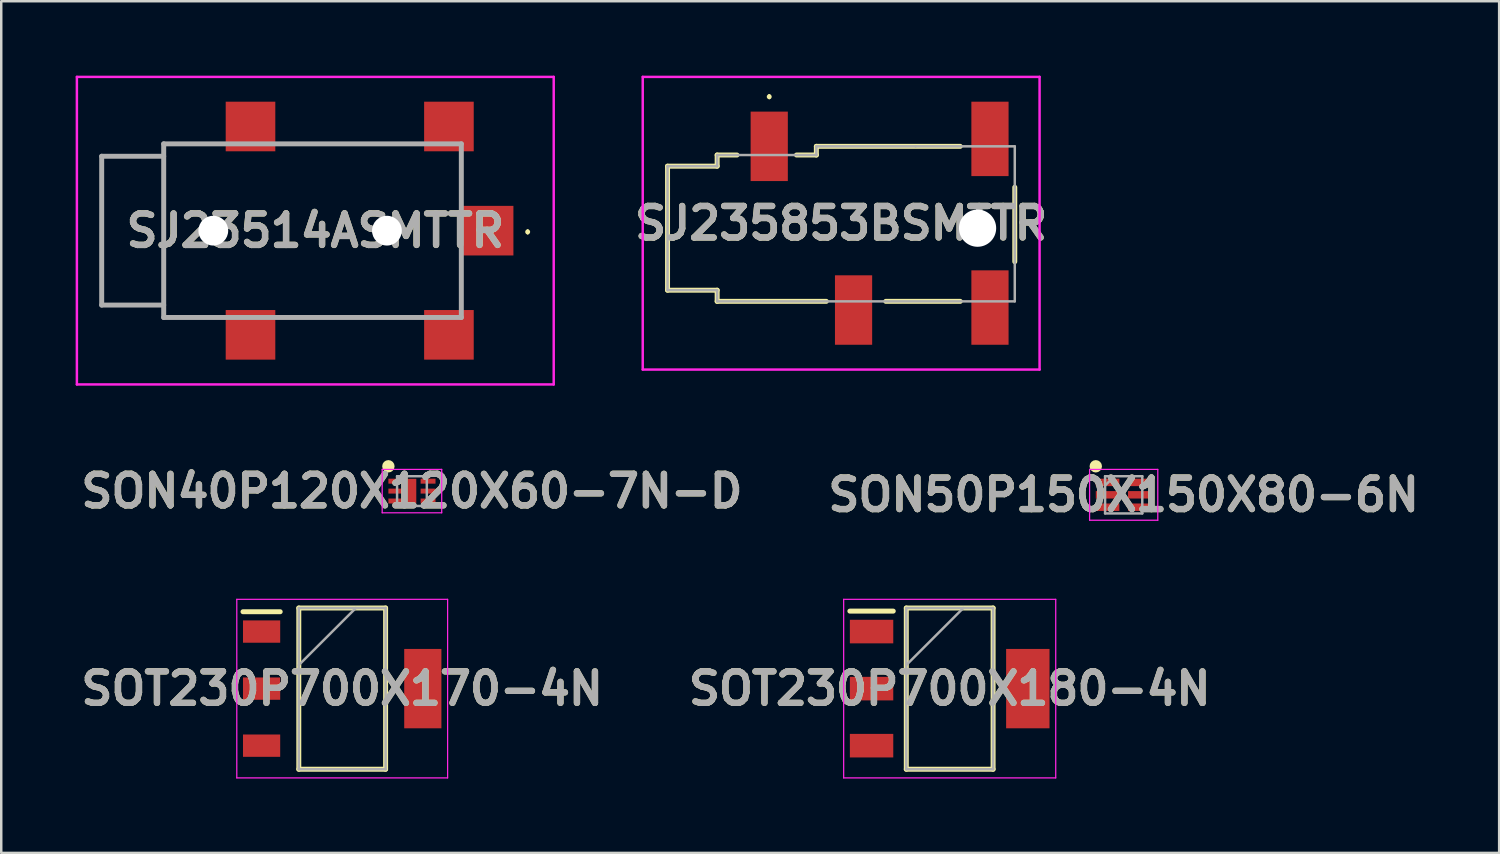
<source format=kicad_pcb>
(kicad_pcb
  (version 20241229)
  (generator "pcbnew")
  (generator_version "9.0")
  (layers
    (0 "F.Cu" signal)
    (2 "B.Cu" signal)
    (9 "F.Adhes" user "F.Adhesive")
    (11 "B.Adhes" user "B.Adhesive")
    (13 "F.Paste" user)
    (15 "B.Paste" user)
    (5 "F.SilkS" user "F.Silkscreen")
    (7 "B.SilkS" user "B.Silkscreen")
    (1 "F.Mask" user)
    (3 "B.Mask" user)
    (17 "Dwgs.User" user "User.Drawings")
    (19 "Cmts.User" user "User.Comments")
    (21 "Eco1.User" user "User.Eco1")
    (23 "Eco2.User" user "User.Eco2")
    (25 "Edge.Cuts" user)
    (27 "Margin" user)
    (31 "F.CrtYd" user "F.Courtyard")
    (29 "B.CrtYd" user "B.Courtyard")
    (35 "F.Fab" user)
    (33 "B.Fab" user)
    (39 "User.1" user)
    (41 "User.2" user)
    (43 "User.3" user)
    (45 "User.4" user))
  (footprint "SOT230P700X170-4N"
    (layer "F.Cu")
    (at 10.747 24.714)
    (property "Reference" "SOT230P700X170-4N" (at 0 0 0) (layer "F.SilkS") (effects (font (size 1.27 1.27) (thickness 0.254))))
    (attr smd)
    (fp_line (start -4 -3.1) (end -2.5 -3.1) (stroke (width 0.2) (type solid)) (layer "F.SilkS"))
    (fp_line (start -1.75 -3.25) (end 1.75 -3.25) (stroke (width 0.2) (type solid)) (layer "F.SilkS"))
    (fp_line (start -1.75 3.25) (end -1.75 -3.25) (stroke (width 0.2) (type solid)) (layer "F.SilkS"))
    (fp_line (start 1.75 -3.25) (end 1.75 3.25) (stroke (width 0.2) (type solid)) (layer "F.SilkS"))
    (fp_line (start 1.75 3.25) (end -1.75 3.25) (stroke (width 0.2) (type solid)) (layer "F.SilkS"))
    (fp_line (start -4.25 -3.6) (end 4.25 -3.6) (stroke (width 0.05) (type solid)) (layer "F.CrtYd"))
    (fp_line (start -4.25 3.6) (end -4.25 -3.6) (stroke (width 0.05) (type solid)) (layer "F.CrtYd"))
    (fp_line (start 4.25 -3.6) (end 4.25 3.6) (stroke (width 0.05) (type solid)) (layer "F.CrtYd"))
    (fp_line (start 4.25 3.6) (end -4.25 3.6) (stroke (width 0.05) (type solid)) (layer "F.CrtYd"))
    (fp_line (start -1.75 -3.25) (end 1.75 -3.25) (stroke (width 0.1) (type solid)) (layer "F.Fab"))
    (fp_line (start -1.75 -0.95) (end 0.55 -3.25) (stroke (width 0.1) (type solid)) (layer "F.Fab"))
    (fp_line (start -1.75 3.25) (end -1.75 -3.25) (stroke (width 0.1) (type solid)) (layer "F.Fab"))
    (fp_line (start 1.75 -3.25) (end 1.75 3.25) (stroke (width 0.1) (type solid)) (layer "F.Fab"))
    (fp_line (start 1.75 3.25) (end -1.75 3.25) (stroke (width 0.1) (type solid)) (layer "F.Fab"))
    (fp_text user "${REFERENCE}" (at 0 0 0) (layer "F.Fab") (effects (font (size 1.27 1.27) (thickness 0.254))))
    (pad "1" smd rect (at -3.25 -2.3 90) (size 0.9 1.5) (layers "F.Cu" "F.Mask" "F.Paste"))
    (pad "2" smd rect (at -3.25 0 90) (size 0.9 1.5) (layers "F.Cu" "F.Mask" "F.Paste"))
    (pad "3" smd rect (at -3.25 2.3 90) (size 0.9 1.5) (layers "F.Cu" "F.Mask" "F.Paste"))
    (pad "4" smd rect (at 3.25 0) (size 1.5 3.2) (layers "F.Cu" "F.Mask" "F.Paste")))
  (footprint "SON40P120X120X60-7N-D"
    (layer "F.Cu")
    (at 13.559 16.75)
    (property "Reference" "SON40P120X120X60-7N-D" (at 0 0 0) (layer "F.SilkS") (effects (font (size 1.27 1.27) (thickness 0.254))))
    (attr smd)
    (fp_circle (center -0.95 -1) (end -0.95 -0.875) (stroke (width 0.25) (type solid)) (fill no) (layer "F.SilkS"))
    (fp_line (start -1.2 -0.875) (end 1.2 -0.875) (stroke (width 0.05) (type solid)) (layer "F.CrtYd"))
    (fp_line (start -1.2 0.875) (end -1.2 -0.875) (stroke (width 0.05) (type solid)) (layer "F.CrtYd"))
    (fp_line (start 1.2 -0.875) (end 1.2 0.875) (stroke (width 0.05) (type solid)) (layer "F.CrtYd"))
    (fp_line (start 1.2 0.875) (end -1.2 0.875) (stroke (width 0.05) (type solid)) (layer "F.CrtYd"))
    (fp_line (start -0.6 -0.6) (end 0.6 -0.6) (stroke (width 0.1) (type solid)) (layer "F.Fab"))
    (fp_line (start -0.6 -0.3) (end -0.3 -0.6) (stroke (width 0.1) (type solid)) (layer "F.Fab"))
    (fp_line (start -0.6 0.6) (end -0.6 -0.6) (stroke (width 0.1) (type solid)) (layer "F.Fab"))
    (fp_line (start 0.6 -0.6) (end 0.6 0.6) (stroke (width 0.1) (type solid)) (layer "F.Fab"))
    (fp_line (start 0.6 0.6) (end -0.6 0.6) (stroke (width 0.1) (type solid)) (layer "F.Fab"))
    (fp_text user "${REFERENCE}" (at 0 0 0) (layer "F.Fab") (effects (font (size 1.27 1.27) (thickness 0.254))))
    (pad "1" smd rect (at -0.65 -0.4 90) (size 0.2 0.6) (layers "F.Cu" "F.Mask" "F.Paste"))
    (pad "2" smd rect (at -0.65 0 90) (size 0.2 0.6) (layers "F.Cu" "F.Mask" "F.Paste"))
    (pad "3" smd rect (at -0.65 0.4 90) (size 0.2 0.6) (layers "F.Cu" "F.Mask" "F.Paste"))
    (pad "4" smd rect (at 0.65 0.4 90) (size 0.2 0.6) (layers "F.Cu" "F.Mask" "F.Paste"))
    (pad "5" smd rect (at 0.65 0 90) (size 0.2 0.6) (layers "F.Cu" "F.Mask" "F.Paste"))
    (pad "6" smd rect (at 0.65 -0.4 90) (size 0.2 0.6) (layers "F.Cu" "F.Mask" "F.Paste"))
    (pad "7" smd rect (at 0 0) (size 0.35 0.99) (layers "F.Cu" "F.Mask" "F.Paste")))
  (footprint "SJ235853BSMTTR"
    (layer "F.Cu")
    (at 30.864 6)
    (property "Reference" "SJ235853BSMTTR" (at 0 -0.05 0) (layer "F.SilkS") (effects (font (size 1.27 1.27) (thickness 0.254))))
    (attr through_hole)
    (fp_line (start -7 -2.35) (end -7 2.65) (stroke (width 0.2) (type solid)) (layer "F.SilkS"))
    (fp_line (start -7 2.65) (end -5 2.65) (stroke (width 0.2) (type solid)) (layer "F.SilkS"))
    (fp_line (start -5 -2.8) (end -5 -2.35) (stroke (width 0.2) (type solid)) (layer "F.SilkS"))
    (fp_line (start -5 -2.35) (end -7 -2.35) (stroke (width 0.2) (type solid)) (layer "F.SilkS"))
    (fp_line (start -5 2.65) (end -5 3.1) (stroke (width 0.2) (type solid)) (layer "F.SilkS"))
    (fp_line (start -5 3.1) (end -0.6 3.1) (stroke (width 0.2) (type solid)) (layer "F.SilkS"))
    (fp_line (start -4.2 -2.8) (end -5 -2.8) (stroke (width 0.2) (type solid)) (layer "F.SilkS"))
    (fp_line (start -2.9 -5.2) (end -2.9 -5.2) (stroke (width 0.1) (type solid)) (layer "F.SilkS"))
    (fp_line (start -2.9 -5.1) (end -2.9 -5.1) (stroke (width 0.1) (type solid)) (layer "F.SilkS"))
    (fp_line (start -1 -3.15) (end -1 -2.8) (stroke (width 0.2) (type solid)) (layer "F.SilkS"))
    (fp_line (start -1 -2.8) (end -1.8 -2.8) (stroke (width 0.2) (type solid)) (layer "F.SilkS"))
    (fp_line (start 1.8 3.1) (end 4.8 3.1) (stroke (width 0.2) (type solid)) (layer "F.SilkS"))
    (fp_line (start 4.8 -3.15) (end -1 -3.15) (stroke (width 0.2) (type solid)) (layer "F.SilkS"))
    (fp_line (start 7 -1.5) (end 7 1.5) (stroke (width 0.2) (type solid)) (layer "F.SilkS"))
    (fp_arc (start -2.9 -5.2) (mid -2.85 -5.15) (end -2.9 -5.1) (stroke (width 0.1) (type solid)) (layer "F.SilkS"))
    (fp_arc (start -2.9 -5.1) (mid -2.95 -5.15) (end -2.9 -5.2) (stroke (width 0.1) (type solid)) (layer "F.SilkS"))
    (fp_line (start -8 -5.95) (end 8 -5.95) (stroke (width 0.1) (type solid)) (layer "F.CrtYd"))
    (fp_line (start -8 5.85) (end -8 -5.95) (stroke (width 0.1) (type solid)) (layer "F.CrtYd"))
    (fp_line (start 8 -5.95) (end 8 5.85) (stroke (width 0.1) (type solid)) (layer "F.CrtYd"))
    (fp_line (start 8 5.85) (end -8 5.85) (stroke (width 0.1) (type solid)) (layer "F.CrtYd"))
    (fp_line (start -7 -2.35) (end -5 -2.35) (stroke (width 0.1) (type solid)) (layer "F.Fab"))
    (fp_line (start -7 2.65) (end -7 -2.35) (stroke (width 0.1) (type solid)) (layer "F.Fab"))
    (fp_line (start -5 -2.8) (end -1 -2.8) (stroke (width 0.1) (type solid)) (layer "F.Fab"))
    (fp_line (start -5 -2.35) (end -5 -2.8) (stroke (width 0.1) (type solid)) (layer "F.Fab"))
    (fp_line (start -5 2.65) (end -7 2.65) (stroke (width 0.1) (type solid)) (layer "F.Fab"))
    (fp_line (start -5 3.1) (end -5 2.65) (stroke (width 0.1) (type solid)) (layer "F.Fab"))
    (fp_line (start -1 -3.15) (end 3 -3.15) (stroke (width 0.1) (type solid)) (layer "F.Fab"))
    (fp_line (start -1 -2.8) (end -1 -3.15) (stroke (width 0.1) (type solid)) (layer "F.Fab"))
    (fp_line (start 3 -3.15) (end 7 -3.15) (stroke (width 0.1) (type solid)) (layer "F.Fab"))
    (fp_line (start 7 -3.15) (end 7 3.1) (stroke (width 0.1) (type solid)) (layer "F.Fab"))
    (fp_line (start 7 3.1) (end -5 3.1) (stroke (width 0.1) (type solid)) (layer "F.Fab"))
    (fp_text user "${REFERENCE}" (at 0 -0.05 0) (layer "F.Fab") (effects (font (size 1.27 1.27) (thickness 0.254))))
    (pad "" np_thru_hole circle (at 5.5 0.15) (size 1.5 1.5) (drill 1.5) (layers "*.Cu" "*.Mask"))
    (pad "1" smd rect (at -2.9 -3.15) (size 1.5 2.8) (layers "F.Cu" "F.Mask" "F.Paste"))
    (pad "2" smd rect (at 6 -3.45) (size 1.5 3) (layers "F.Cu" "F.Mask" "F.Paste"))
    (pad "3" smd rect (at 0.5 3.45) (size 1.5 2.8) (layers "F.Cu" "F.Mask" "F.Paste"))
    (pad "10" smd rect (at 6 3.35) (size 1.5 3) (layers "F.Cu" "F.Mask" "F.Paste")))
  (footprint "SJ23514ASMTTR"
    (layer "F.Cu")
    (at 8.825 6.25)
    (property "Reference" "SJ23514ASMTTR" (at 0.838 0 0) (layer "F.SilkS") (effects (font (size 1.27 1.27) (thickness 0.254))))
    (attr through_hole)
    (fp_line (start -7.775 -3) (end -7.775 3) (stroke (width 0.1) (type solid)) (layer "F.SilkS"))
    (fp_line (start -7.775 3) (end -5.275 3) (stroke (width 0.1) (type solid)) (layer "F.SilkS"))
    (fp_line (start -5.275 -3.5) (end -5.275 3.5) (stroke (width 0.1) (type solid)) (layer "F.SilkS"))
    (fp_line (start -5.275 -3) (end -7.775 -3) (stroke (width 0.1) (type solid)) (layer "F.SilkS"))
    (fp_line (start -5.275 3.5) (end -3.075 3.5) (stroke (width 0.1) (type solid)) (layer "F.SilkS"))
    (fp_line (start -3.075 -3.5) (end -5.275 -3.5) (stroke (width 0.1) (type solid)) (layer "F.SilkS"))
    (fp_line (start -0.475 -3.5) (end 4.925 -3.5) (stroke (width 0.1) (type solid)) (layer "F.SilkS"))
    (fp_line (start -0.475 3.5) (end 4.925 3.5) (stroke (width 0.1) (type solid)) (layer "F.SilkS"))
    (fp_line (start 6.725 -2.8) (end 6.725 -1.4) (stroke (width 0.1) (type solid)) (layer "F.SilkS"))
    (fp_line (start 6.725 1.4) (end 6.725 2.8) (stroke (width 0.1) (type solid)) (layer "F.SilkS"))
    (fp_line (start 9.4 0) (end 9.4 0) (stroke (width 0.1) (type solid)) (layer "F.SilkS"))
    (fp_line (start 9.4 0.1) (end 9.4 0.1) (stroke (width 0.1) (type solid)) (layer "F.SilkS"))
    (fp_arc (start 9.4 0) (mid 9.45 0.05) (end 9.4 0.1) (stroke (width 0.1) (type solid)) (layer "F.SilkS"))
    (fp_arc (start 9.4 0.1) (mid 9.35 0.05) (end 9.4 0) (stroke (width 0.1) (type solid)) (layer "F.SilkS"))
    (fp_line (start -8.775 -6.2) (end 10.45 -6.2) (stroke (width 0.1) (type solid)) (layer "F.CrtYd"))
    (fp_line (start -8.775 6.2) (end -8.775 -6.2) (stroke (width 0.1) (type solid)) (layer "F.CrtYd"))
    (fp_line (start 10.45 -6.2) (end 10.45 6.2) (stroke (width 0.1) (type solid)) (layer "F.CrtYd"))
    (fp_line (start 10.45 6.2) (end -8.775 6.2) (stroke (width 0.1) (type solid)) (layer "F.CrtYd"))
    (fp_line (start -7.775 -3) (end -7.775 3) (stroke (width 0.2) (type solid)) (layer "F.Fab"))
    (fp_line (start -7.775 3) (end -5.275 3) (stroke (width 0.2) (type solid)) (layer "F.Fab"))
    (fp_line (start -5.275 -3.5) (end 6.725 -3.5) (stroke (width 0.2) (type solid)) (layer "F.Fab"))
    (fp_line (start -5.275 -3) (end -7.775 -3) (stroke (width 0.2) (type solid)) (layer "F.Fab"))
    (fp_line (start -5.275 3.5) (end -5.275 -3.5) (stroke (width 0.2) (type solid)) (layer "F.Fab"))
    (fp_line (start 6.725 -3.5) (end 6.725 3.5) (stroke (width 0.2) (type solid)) (layer "F.Fab"))
    (fp_line (start 6.725 3.5) (end -5.275 3.5) (stroke (width 0.2) (type solid)) (layer "F.Fab"))
    (fp_text user "${REFERENCE}" (at 0.838 0 0) (layer "F.Fab") (effects (font (size 1.27 1.27) (thickness 0.254))))
    (pad "" np_thru_hole circle (at -3.275 0) (size 1.2 1.2) (drill 1.2) (layers "*.Cu" "*.Mask"))
    (pad "" np_thru_hole circle (at 3.725 0) (size 1.2 1.2) (drill 1.2) (layers "*.Cu" "*.Mask"))
    (pad "1" smd rect (at 7.775 0 90) (size 2 2.1) (layers "F.Cu" "F.Mask" "F.Paste"))
    (pad "3" smd rect (at 6.225 4.2 90) (size 2 2) (layers "F.Cu" "F.Mask" "F.Paste"))
    (pad "4" smd rect (at 6.225 -4.2 90) (size 2 2) (layers "F.Cu" "F.Mask" "F.Paste"))
    (pad "A2" smd rect (at -1.775 -4.2 90) (size 2 2) (layers "F.Cu" "F.Mask" "F.Paste"))
    (pad "B2" smd rect (at -1.775 4.2 90) (size 2 2) (layers "F.Cu" "F.Mask" "F.Paste")))
  (footprint "SON50P150X150X80-6N"
    (layer "F.Cu")
    (at 42.255 16.9)
    (property "Reference" "SON50P150X150X80-6N" (at 0 0 0) (layer "F.SilkS") (effects (font (size 1.27 1.27) (thickness 0.254))))
    (attr smd)
    (fp_circle (center -1.125 -1.15) (end -1.125 -1.025) (stroke (width 0.25) (type solid)) (fill no) (layer "F.SilkS"))
    (fp_line (start -1.375 -1.025) (end 1.375 -1.025) (stroke (width 0.05) (type solid)) (layer "F.CrtYd"))
    (fp_line (start -1.375 1.025) (end -1.375 -1.025) (stroke (width 0.05) (type solid)) (layer "F.CrtYd"))
    (fp_line (start 1.375 -1.025) (end 1.375 1.025) (stroke (width 0.05) (type solid)) (layer "F.CrtYd"))
    (fp_line (start 1.375 1.025) (end -1.375 1.025) (stroke (width 0.05) (type solid)) (layer "F.CrtYd"))
    (fp_line (start -0.75 -0.75) (end 0.75 -0.75) (stroke (width 0.1) (type solid)) (layer "F.Fab"))
    (fp_line (start -0.75 -0.375) (end -0.375 -0.75) (stroke (width 0.1) (type solid)) (layer "F.Fab"))
    (fp_line (start -0.75 0.75) (end -0.75 -0.75) (stroke (width 0.1) (type solid)) (layer "F.Fab"))
    (fp_line (start 0.75 -0.75) (end 0.75 0.75) (stroke (width 0.1) (type solid)) (layer "F.Fab"))
    (fp_line (start 0.75 0.75) (end -0.75 0.75) (stroke (width 0.1) (type solid)) (layer "F.Fab"))
    (fp_text user "${REFERENCE}" (at 0 0 0) (layer "F.Fab") (effects (font (size 1.27 1.27) (thickness 0.254))))
    (pad "1" smd rect (at -0.65 -0.5 90) (size 0.3 0.95) (layers "F.Cu" "F.Mask" "F.Paste"))
    (pad "2" smd rect (at -0.65 0 90) (size 0.3 0.95) (layers "F.Cu" "F.Mask" "F.Paste"))
    (pad "3" smd rect (at -0.65 0.5 90) (size 0.3 0.95) (layers "F.Cu" "F.Mask" "F.Paste"))
    (pad "4" smd rect (at 0.65 0.5 90) (size 0.3 0.95) (layers "F.Cu" "F.Mask" "F.Paste"))
    (pad "5" smd rect (at 0.65 0 90) (size 0.3 0.95) (layers "F.Cu" "F.Mask" "F.Paste"))
    (pad "6" smd rect (at 0.65 -0.5 90) (size 0.3 0.95) (layers "F.Cu" "F.Mask" "F.Paste")))
  (footprint "SOT230P700X180-4N"
    (layer "F.Cu")
    (at 35.24 24.714)
    (property "Reference" "SOT230P700X180-4N" (at 0 0 0) (layer "F.SilkS") (effects (font (size 1.27 1.27) (thickness 0.254))))
    (attr smd)
    (fp_line (start -4.025 -3.125) (end -2.275 -3.125) (stroke (width 0.2) (type solid)) (layer "F.SilkS"))
    (fp_line (start -1.75 -3.25) (end 1.75 -3.25) (stroke (width 0.2) (type solid)) (layer "F.SilkS"))
    (fp_line (start -1.75 3.25) (end -1.75 -3.25) (stroke (width 0.2) (type solid)) (layer "F.SilkS"))
    (fp_line (start 1.75 -3.25) (end 1.75 3.25) (stroke (width 0.2) (type solid)) (layer "F.SilkS"))
    (fp_line (start 1.75 3.25) (end -1.75 3.25) (stroke (width 0.2) (type solid)) (layer "F.SilkS"))
    (fp_line (start -4.275 -3.6) (end 4.275 -3.6) (stroke (width 0.05) (type solid)) (layer "F.CrtYd"))
    (fp_line (start -4.275 3.6) (end -4.275 -3.6) (stroke (width 0.05) (type solid)) (layer "F.CrtYd"))
    (fp_line (start 4.275 -3.6) (end 4.275 3.6) (stroke (width 0.05) (type solid)) (layer "F.CrtYd"))
    (fp_line (start 4.275 3.6) (end -4.275 3.6) (stroke (width 0.05) (type solid)) (layer "F.CrtYd"))
    (fp_line (start -1.75 -3.25) (end 1.75 -3.25) (stroke (width 0.1) (type solid)) (layer "F.Fab"))
    (fp_line (start -1.75 -0.95) (end 0.55 -3.25) (stroke (width 0.1) (type solid)) (layer "F.Fab"))
    (fp_line (start -1.75 3.25) (end -1.75 -3.25) (stroke (width 0.1) (type solid)) (layer "F.Fab"))
    (fp_line (start 1.75 -3.25) (end 1.75 3.25) (stroke (width 0.1) (type solid)) (layer "F.Fab"))
    (fp_line (start 1.75 3.25) (end -1.75 3.25) (stroke (width 0.1) (type solid)) (layer "F.Fab"))
    (fp_text user "${REFERENCE}" (at 0 0 0) (layer "F.Fab") (effects (font (size 1.27 1.27) (thickness 0.254))))
    (pad "1" smd rect (at -3.15 -2.3 90) (size 0.95 1.75) (layers "F.Cu" "F.Mask" "F.Paste"))
    (pad "2" smd rect (at -3.15 0 90) (size 0.95 1.75) (layers "F.Cu" "F.Mask" "F.Paste"))
    (pad "3" smd rect (at -3.15 2.3 90) (size 0.95 1.75) (layers "F.Cu" "F.Mask" "F.Paste"))
    (pad "4" smd rect (at 3.15 0) (size 1.75 3.2) (layers "F.Cu" "F.Mask" "F.Paste")))
  (gr_rect
    (start -3 -3)
    (end 57.393 31.339)
    (stroke (width 0.1) (type default))
    (fill no)
    (layer "Edge.Cuts")))
</source>
